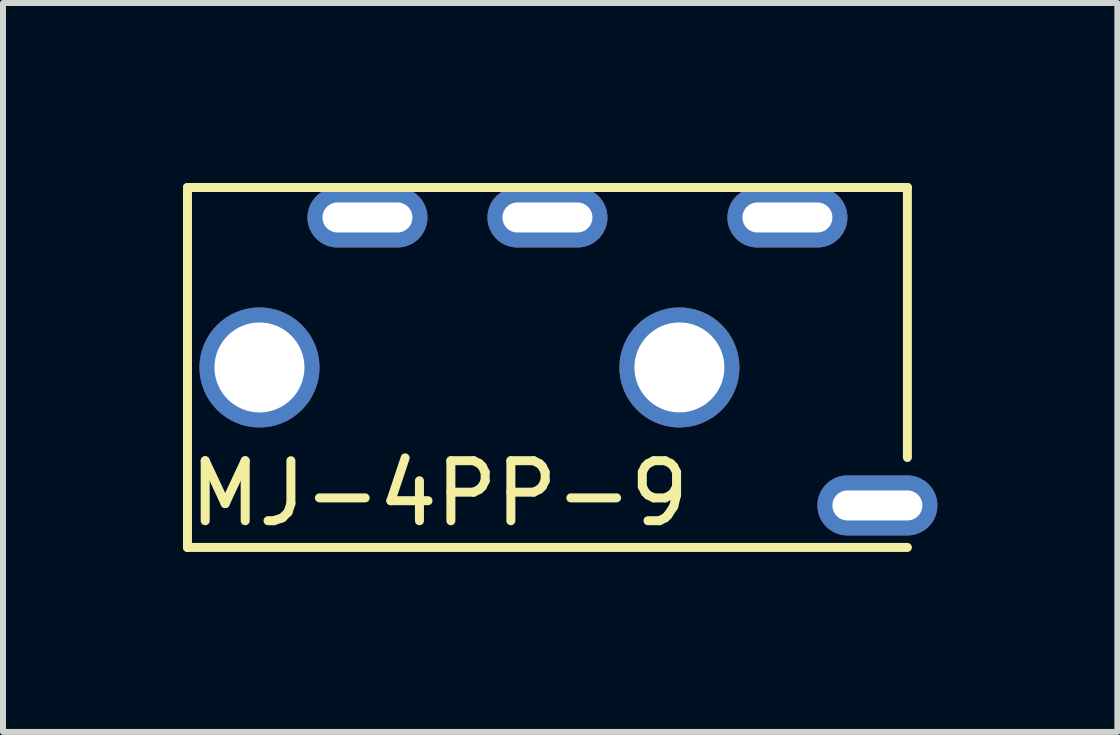
<source format=kicad_pcb>
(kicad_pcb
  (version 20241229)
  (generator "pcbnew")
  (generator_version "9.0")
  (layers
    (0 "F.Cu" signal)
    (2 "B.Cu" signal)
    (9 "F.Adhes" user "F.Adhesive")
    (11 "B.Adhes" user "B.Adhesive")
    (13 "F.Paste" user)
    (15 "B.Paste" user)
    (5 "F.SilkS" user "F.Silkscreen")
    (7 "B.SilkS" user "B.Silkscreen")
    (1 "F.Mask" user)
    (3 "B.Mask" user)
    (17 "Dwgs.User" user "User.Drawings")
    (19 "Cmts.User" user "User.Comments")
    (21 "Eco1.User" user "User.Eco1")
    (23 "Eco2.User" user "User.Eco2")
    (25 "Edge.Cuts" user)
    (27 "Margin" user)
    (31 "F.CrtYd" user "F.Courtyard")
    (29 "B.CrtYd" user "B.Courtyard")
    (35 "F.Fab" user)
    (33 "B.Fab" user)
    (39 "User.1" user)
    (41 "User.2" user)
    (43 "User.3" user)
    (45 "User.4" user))
  (footprint "MJ-4PP-9"
    (layer "F.Cu")
    (at 6.075 3.075)
    (property "Reference" "MJ-4PP-9" (at -1.8 2.1 0) (layer "F.SilkS") (effects (font (size 1 1) (thickness 0.15))))
    (attr through_hole)
    (fp_line (start -6 -3) (end 6 -3) (stroke (width 0.15) (type solid)) (layer "F.SilkS"))
    (fp_line (start -6 3) (end -6 -3) (stroke (width 0.15) (type solid)) (layer "F.SilkS"))
    (fp_line (start 6 -3) (end 6 1.5) (stroke (width 0.15) (type solid)) (layer "F.SilkS"))
    (fp_line (start 6 3) (end -6 3) (stroke (width 0.15) (type solid)) (layer "F.SilkS"))
    (pad "" np_thru_hole circle (at -4.8 0) (size 2 2) (drill 1.5) (layers "*.Cu" "*.Mask"))
    (pad "" np_thru_hole circle (at 2.2 0) (size 2 2) (drill 1.5) (layers "*.Cu" "*.Mask"))
    (pad "1" thru_hole oval (at 4 -2.5) (size 2 1) (drill oval 1.5 0.5) (layers "*.Cu" "*.Mask"))
    (pad "2" thru_hole oval (at 0 -2.5) (size 2 1) (drill oval 1.5 0.5) (layers "*.Cu" "*.Mask"))
    (pad "3" thru_hole oval (at -3 -2.5) (size 2 1) (drill oval 1.5 0.5) (layers "*.Cu" "*.Mask"))
    (pad "4" thru_hole oval (at 5.5 2.3) (size 2 1) (drill oval 1.5 0.5) (layers "*.Cu" "*.Mask")))
  (gr_rect
    (start -3 -3)
    (end 15.575 9.15)
    (stroke (width 0.1) (type default))
    (fill no)
    (layer "Edge.Cuts")))
</source>
